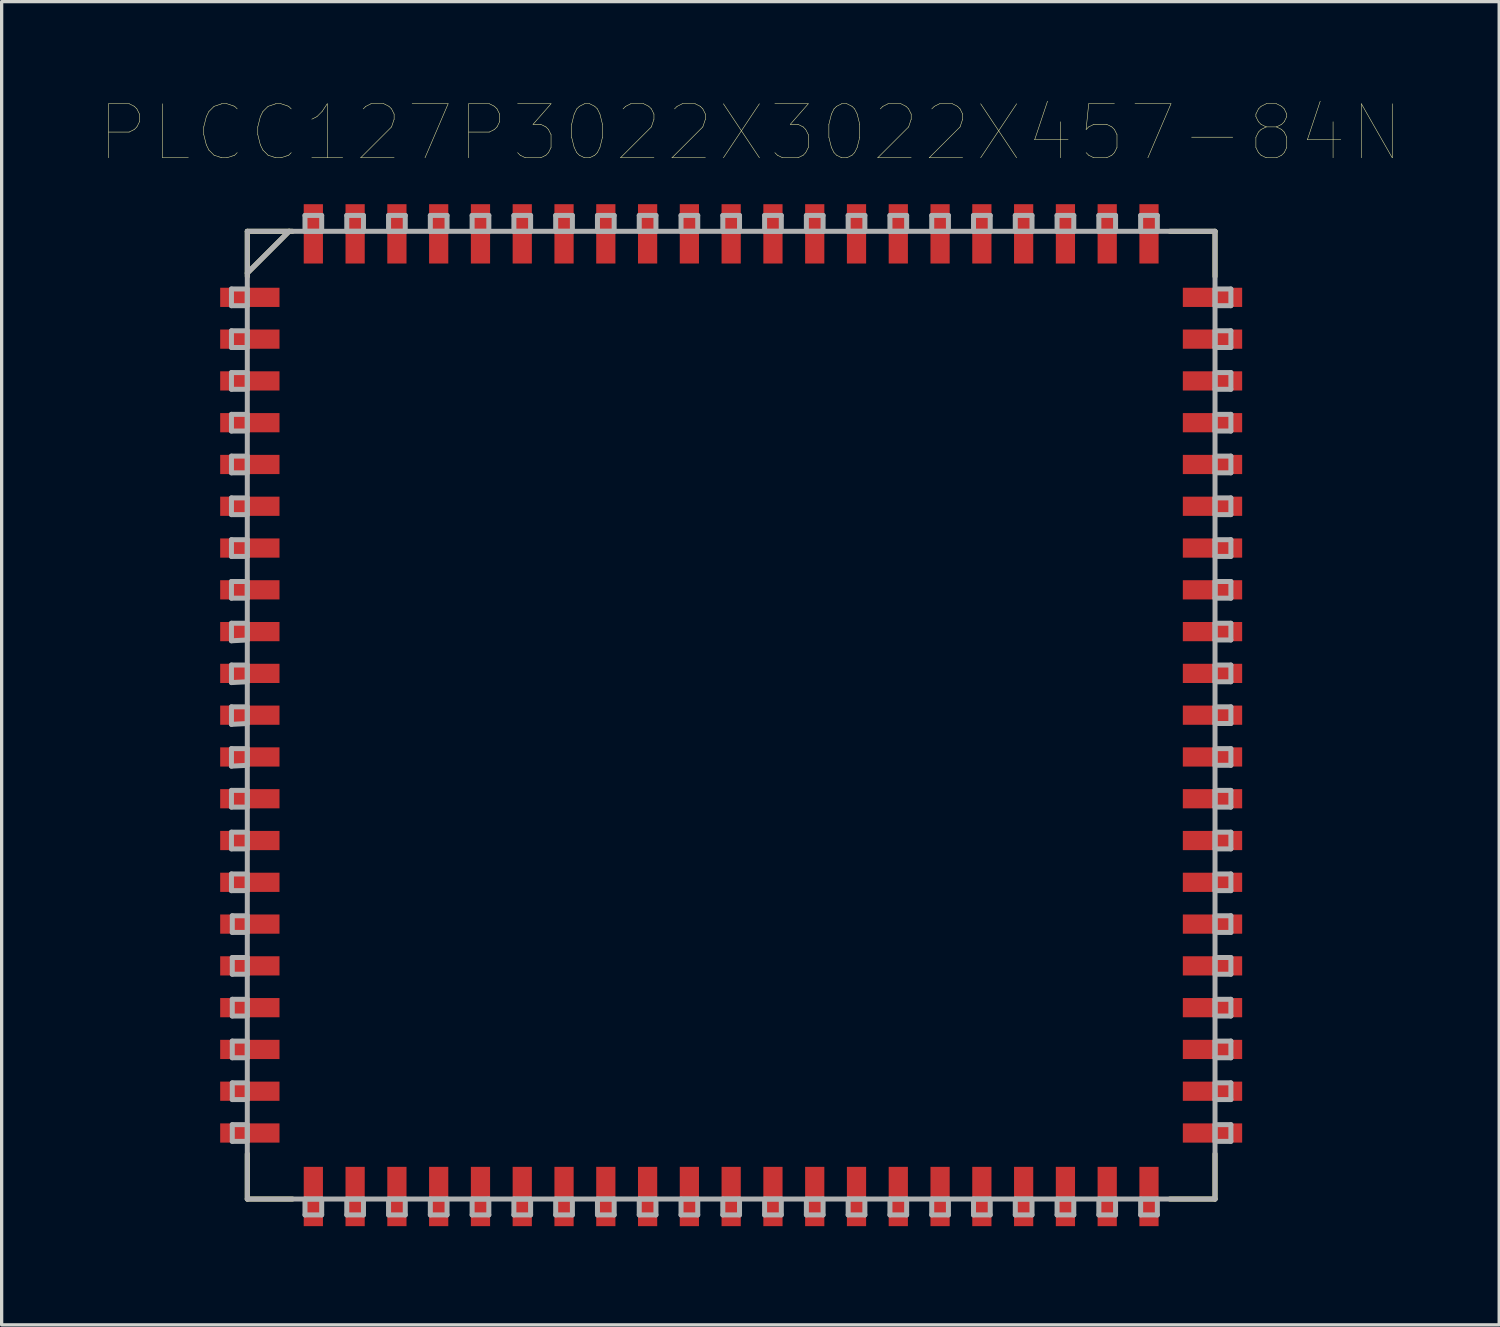
<source format=kicad_pcb>
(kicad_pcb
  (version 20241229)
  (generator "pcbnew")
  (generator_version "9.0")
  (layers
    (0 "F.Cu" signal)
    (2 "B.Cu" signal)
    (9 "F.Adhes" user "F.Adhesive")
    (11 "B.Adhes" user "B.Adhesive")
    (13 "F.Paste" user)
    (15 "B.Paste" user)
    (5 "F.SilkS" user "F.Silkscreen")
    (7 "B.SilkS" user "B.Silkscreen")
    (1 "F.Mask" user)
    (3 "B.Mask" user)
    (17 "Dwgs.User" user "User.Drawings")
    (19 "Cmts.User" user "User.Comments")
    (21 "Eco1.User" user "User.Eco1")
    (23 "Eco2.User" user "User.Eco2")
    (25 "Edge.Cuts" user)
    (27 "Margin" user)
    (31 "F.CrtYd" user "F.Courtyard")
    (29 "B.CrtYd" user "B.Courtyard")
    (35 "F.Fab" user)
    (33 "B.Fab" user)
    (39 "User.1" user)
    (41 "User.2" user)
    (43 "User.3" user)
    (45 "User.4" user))
  (footprint "PLCC127P3022X3022X457-84N"
    (layer "F.Cu")
    (at 19.174 18.688)
    (property "Reference" "PLCC127P3022X3022X457-84N" (at 0.585 -17.701 0) (layer "F.SilkS") (effects (font (size 1.642 1.642) (thickness 0.015))))
    (attr through_hole)
    (fp_line (start -14.707 -14.707) (end -14.707 -13.335) (stroke (width 0.152) (type solid)) (layer "F.SilkS"))
    (fp_line (start -14.707 -13.437) (end -13.437 -14.707) (stroke (width 0.152) (type solid)) (layer "F.SilkS"))
    (fp_line (start -14.707 13.335) (end -14.707 14.707) (stroke (width 0.152) (type solid)) (layer "F.SilkS"))
    (fp_line (start -14.707 14.707) (end -13.335 14.707) (stroke (width 0.152) (type solid)) (layer "F.SilkS"))
    (fp_line (start -13.437 -14.707) (end -14.707 -14.707) (stroke (width 0.152) (type solid)) (layer "F.SilkS"))
    (fp_line (start -13.335 -14.707) (end -13.437 -14.707) (stroke (width 0.152) (type solid)) (layer "F.SilkS"))
    (fp_line (start 13.335 14.707) (end 14.707 14.707) (stroke (width 0.152) (type solid)) (layer "F.SilkS"))
    (fp_line (start 14.707 -14.707) (end 13.335 -14.707) (stroke (width 0.152) (type solid)) (layer "F.SilkS"))
    (fp_line (start 14.707 -13.335) (end 14.707 -14.707) (stroke (width 0.152) (type solid)) (layer "F.SilkS"))
    (fp_line (start 14.707 14.707) (end 14.707 13.335) (stroke (width 0.152) (type solid)) (layer "F.SilkS"))
    (fp_line (start -15.189 -12.954) (end -15.189 -12.446) (stroke (width 0.152) (type solid)) (layer "F.Fab"))
    (fp_line (start -15.189 -12.446) (end -14.707 -12.446) (stroke (width 0.152) (type solid)) (layer "F.Fab"))
    (fp_line (start -15.189 -11.684) (end -15.189 -11.176) (stroke (width 0.152) (type solid)) (layer "F.Fab"))
    (fp_line (start -15.189 -11.176) (end -14.707 -11.176) (stroke (width 0.152) (type solid)) (layer "F.Fab"))
    (fp_line (start -15.189 -10.414) (end -15.189 -9.906) (stroke (width 0.152) (type solid)) (layer "F.Fab"))
    (fp_line (start -15.189 -9.906) (end -14.707 -9.906) (stroke (width 0.152) (type solid)) (layer "F.Fab"))
    (fp_line (start -15.189 -9.144) (end -15.189 -8.636) (stroke (width 0.152) (type solid)) (layer "F.Fab"))
    (fp_line (start -15.189 -8.636) (end -14.707 -8.636) (stroke (width 0.152) (type solid)) (layer "F.Fab"))
    (fp_line (start -15.189 -7.874) (end -15.189 -7.366) (stroke (width 0.152) (type solid)) (layer "F.Fab"))
    (fp_line (start -15.189 -7.366) (end -14.707 -7.366) (stroke (width 0.152) (type solid)) (layer "F.Fab"))
    (fp_line (start -15.189 -6.604) (end -15.189 -6.096) (stroke (width 0.152) (type solid)) (layer "F.Fab"))
    (fp_line (start -15.189 -6.096) (end -14.707 -6.096) (stroke (width 0.152) (type solid)) (layer "F.Fab"))
    (fp_line (start -15.189 -5.334) (end -15.189 -4.826) (stroke (width 0.152) (type solid)) (layer "F.Fab"))
    (fp_line (start -15.189 -4.826) (end -14.707 -4.826) (stroke (width 0.152) (type solid)) (layer "F.Fab"))
    (fp_line (start -15.189 -4.064) (end -15.189 -3.556) (stroke (width 0.152) (type solid)) (layer "F.Fab"))
    (fp_line (start -15.189 -3.556) (end -14.707 -3.556) (stroke (width 0.152) (type solid)) (layer "F.Fab"))
    (fp_line (start -15.189 -2.794) (end -15.189 -2.261) (stroke (width 0.152) (type solid)) (layer "F.Fab"))
    (fp_line (start -15.189 -2.261) (end -14.707 -2.286) (stroke (width 0.152) (type solid)) (layer "F.Fab"))
    (fp_line (start -15.189 -1.524) (end -15.189 -0.991) (stroke (width 0.152) (type solid)) (layer "F.Fab"))
    (fp_line (start -15.189 -0.991) (end -14.707 -1.016) (stroke (width 0.152) (type solid)) (layer "F.Fab"))
    (fp_line (start -15.189 -0.254) (end -15.189 0.279) (stroke (width 0.152) (type solid)) (layer "F.Fab"))
    (fp_line (start -15.189 0.279) (end -14.707 0.254) (stroke (width 0.152) (type solid)) (layer "F.Fab"))
    (fp_line (start -15.189 1.016) (end -15.189 1.549) (stroke (width 0.152) (type solid)) (layer "F.Fab"))
    (fp_line (start -15.189 1.549) (end -14.707 1.524) (stroke (width 0.152) (type solid)) (layer "F.Fab"))
    (fp_line (start -15.189 2.286) (end -15.189 2.794) (stroke (width 0.152) (type solid)) (layer "F.Fab"))
    (fp_line (start -15.189 2.794) (end -14.707 2.794) (stroke (width 0.152) (type solid)) (layer "F.Fab"))
    (fp_line (start -15.189 3.556) (end -15.189 4.064) (stroke (width 0.152) (type solid)) (layer "F.Fab"))
    (fp_line (start -15.189 4.064) (end -14.707 4.064) (stroke (width 0.152) (type solid)) (layer "F.Fab"))
    (fp_line (start -15.189 4.826) (end -15.189 5.334) (stroke (width 0.152) (type solid)) (layer "F.Fab"))
    (fp_line (start -15.189 5.334) (end -14.707 5.334) (stroke (width 0.152) (type solid)) (layer "F.Fab"))
    (fp_line (start -15.164 6.096) (end -15.164 6.604) (stroke (width 0.152) (type solid)) (layer "F.Fab"))
    (fp_line (start -15.164 6.604) (end -14.707 6.604) (stroke (width 0.152) (type solid)) (layer "F.Fab"))
    (fp_line (start -15.164 7.366) (end -15.164 7.874) (stroke (width 0.152) (type solid)) (layer "F.Fab"))
    (fp_line (start -15.164 7.874) (end -14.707 7.874) (stroke (width 0.152) (type solid)) (layer "F.Fab"))
    (fp_line (start -15.164 8.636) (end -15.164 9.144) (stroke (width 0.152) (type solid)) (layer "F.Fab"))
    (fp_line (start -15.164 9.144) (end -14.707 9.144) (stroke (width 0.152) (type solid)) (layer "F.Fab"))
    (fp_line (start -15.164 9.906) (end -15.164 10.414) (stroke (width 0.152) (type solid)) (layer "F.Fab"))
    (fp_line (start -15.164 10.414) (end -14.707 10.414) (stroke (width 0.152) (type solid)) (layer "F.Fab"))
    (fp_line (start -15.164 11.176) (end -15.164 11.684) (stroke (width 0.152) (type solid)) (layer "F.Fab"))
    (fp_line (start -15.164 11.684) (end -14.707 11.684) (stroke (width 0.152) (type solid)) (layer "F.Fab"))
    (fp_line (start -15.164 12.446) (end -15.164 12.954) (stroke (width 0.152) (type solid)) (layer "F.Fab"))
    (fp_line (start -15.164 12.954) (end -14.707 12.954) (stroke (width 0.152) (type solid)) (layer "F.Fab"))
    (fp_line (start -14.707 -14.707) (end -14.707 14.707) (stroke (width 0.152) (type solid)) (layer "F.Fab"))
    (fp_line (start -14.707 -13.437) (end -13.437 -14.707) (stroke (width 0.152) (type solid)) (layer "F.Fab"))
    (fp_line (start -14.707 -12.954) (end -15.189 -12.954) (stroke (width 0.152) (type solid)) (layer "F.Fab"))
    (fp_line (start -14.707 -12.446) (end -14.707 -12.954) (stroke (width 0.152) (type solid)) (layer "F.Fab"))
    (fp_line (start -14.707 -11.684) (end -15.189 -11.684) (stroke (width 0.152) (type solid)) (layer "F.Fab"))
    (fp_line (start -14.707 -11.176) (end -14.707 -11.684) (stroke (width 0.152) (type solid)) (layer "F.Fab"))
    (fp_line (start -14.707 -10.414) (end -15.189 -10.414) (stroke (width 0.152) (type solid)) (layer "F.Fab"))
    (fp_line (start -14.707 -9.906) (end -14.707 -10.414) (stroke (width 0.152) (type solid)) (layer "F.Fab"))
    (fp_line (start -14.707 -9.144) (end -15.189 -9.144) (stroke (width 0.152) (type solid)) (layer "F.Fab"))
    (fp_line (start -14.707 -8.636) (end -14.707 -9.144) (stroke (width 0.152) (type solid)) (layer "F.Fab"))
    (fp_line (start -14.707 -7.874) (end -15.189 -7.874) (stroke (width 0.152) (type solid)) (layer "F.Fab"))
    (fp_line (start -14.707 -7.366) (end -14.707 -7.874) (stroke (width 0.152) (type solid)) (layer "F.Fab"))
    (fp_line (start -14.707 -6.604) (end -15.189 -6.604) (stroke (width 0.152) (type solid)) (layer "F.Fab"))
    (fp_line (start -14.707 -6.096) (end -14.707 -6.604) (stroke (width 0.152) (type solid)) (layer "F.Fab"))
    (fp_line (start -14.707 -5.334) (end -15.189 -5.334) (stroke (width 0.152) (type solid)) (layer "F.Fab"))
    (fp_line (start -14.707 -4.826) (end -14.707 -5.334) (stroke (width 0.152) (type solid)) (layer "F.Fab"))
    (fp_line (start -14.707 -4.064) (end -15.189 -4.064) (stroke (width 0.152) (type solid)) (layer "F.Fab"))
    (fp_line (start -14.707 -3.556) (end -14.707 -4.064) (stroke (width 0.152) (type solid)) (layer "F.Fab"))
    (fp_line (start -14.707 -2.794) (end -15.189 -2.794) (stroke (width 0.152) (type solid)) (layer "F.Fab"))
    (fp_line (start -14.707 -2.286) (end -14.707 -2.794) (stroke (width 0.152) (type solid)) (layer "F.Fab"))
    (fp_line (start -14.707 -1.524) (end -15.189 -1.524) (stroke (width 0.152) (type solid)) (layer "F.Fab"))
    (fp_line (start -14.707 -1.016) (end -14.707 -1.524) (stroke (width 0.152) (type solid)) (layer "F.Fab"))
    (fp_line (start -14.707 -0.254) (end -15.189 -0.254) (stroke (width 0.152) (type solid)) (layer "F.Fab"))
    (fp_line (start -14.707 0.254) (end -14.707 -0.254) (stroke (width 0.152) (type solid)) (layer "F.Fab"))
    (fp_line (start -14.707 1.016) (end -15.189 1.016) (stroke (width 0.152) (type solid)) (layer "F.Fab"))
    (fp_line (start -14.707 1.524) (end -14.707 1.016) (stroke (width 0.152) (type solid)) (layer "F.Fab"))
    (fp_line (start -14.707 2.286) (end -15.189 2.286) (stroke (width 0.152) (type solid)) (layer "F.Fab"))
    (fp_line (start -14.707 2.794) (end -14.707 2.286) (stroke (width 0.152) (type solid)) (layer "F.Fab"))
    (fp_line (start -14.707 3.556) (end -15.189 3.556) (stroke (width 0.152) (type solid)) (layer "F.Fab"))
    (fp_line (start -14.707 4.064) (end -14.707 3.556) (stroke (width 0.152) (type solid)) (layer "F.Fab"))
    (fp_line (start -14.707 4.826) (end -15.189 4.826) (stroke (width 0.152) (type solid)) (layer "F.Fab"))
    (fp_line (start -14.707 5.334) (end -14.707 4.826) (stroke (width 0.152) (type solid)) (layer "F.Fab"))
    (fp_line (start -14.707 6.096) (end -15.164 6.096) (stroke (width 0.152) (type solid)) (layer "F.Fab"))
    (fp_line (start -14.707 6.604) (end -14.707 6.096) (stroke (width 0.152) (type solid)) (layer "F.Fab"))
    (fp_line (start -14.707 7.366) (end -15.164 7.366) (stroke (width 0.152) (type solid)) (layer "F.Fab"))
    (fp_line (start -14.707 7.874) (end -14.707 7.366) (stroke (width 0.152) (type solid)) (layer "F.Fab"))
    (fp_line (start -14.707 8.636) (end -15.164 8.636) (stroke (width 0.152) (type solid)) (layer "F.Fab"))
    (fp_line (start -14.707 9.144) (end -14.707 8.636) (stroke (width 0.152) (type solid)) (layer "F.Fab"))
    (fp_line (start -14.707 9.906) (end -15.164 9.906) (stroke (width 0.152) (type solid)) (layer "F.Fab"))
    (fp_line (start -14.707 10.414) (end -14.707 9.906) (stroke (width 0.152) (type solid)) (layer "F.Fab"))
    (fp_line (start -14.707 11.176) (end -15.164 11.176) (stroke (width 0.152) (type solid)) (layer "F.Fab"))
    (fp_line (start -14.707 11.684) (end -14.707 11.176) (stroke (width 0.152) (type solid)) (layer "F.Fab"))
    (fp_line (start -14.707 12.446) (end -15.164 12.446) (stroke (width 0.152) (type solid)) (layer "F.Fab"))
    (fp_line (start -14.707 12.954) (end -14.707 12.446) (stroke (width 0.152) (type solid)) (layer "F.Fab"))
    (fp_line (start -14.707 14.707) (end 14.707 14.707) (stroke (width 0.152) (type solid)) (layer "F.Fab"))
    (fp_line (start -12.954 -15.189) (end -12.954 -14.707) (stroke (width 0.152) (type solid)) (layer "F.Fab"))
    (fp_line (start -12.954 -14.707) (end -12.446 -14.707) (stroke (width 0.152) (type solid)) (layer "F.Fab"))
    (fp_line (start -12.954 14.707) (end -12.954 15.189) (stroke (width 0.152) (type solid)) (layer "F.Fab"))
    (fp_line (start -12.954 15.189) (end -12.446 15.189) (stroke (width 0.152) (type solid)) (layer "F.Fab"))
    (fp_line (start -12.446 -15.189) (end -12.954 -15.189) (stroke (width 0.152) (type solid)) (layer "F.Fab"))
    (fp_line (start -12.446 -14.707) (end -12.446 -15.189) (stroke (width 0.152) (type solid)) (layer "F.Fab"))
    (fp_line (start -12.446 14.707) (end -12.954 14.707) (stroke (width 0.152) (type solid)) (layer "F.Fab"))
    (fp_line (start -12.446 15.189) (end -12.446 14.707) (stroke (width 0.152) (type solid)) (layer "F.Fab"))
    (fp_line (start -11.684 -15.189) (end -11.684 -14.707) (stroke (width 0.152) (type solid)) (layer "F.Fab"))
    (fp_line (start -11.684 -14.707) (end -11.176 -14.707) (stroke (width 0.152) (type solid)) (layer "F.Fab"))
    (fp_line (start -11.684 14.707) (end -11.684 15.189) (stroke (width 0.152) (type solid)) (layer "F.Fab"))
    (fp_line (start -11.684 15.189) (end -11.176 15.189) (stroke (width 0.152) (type solid)) (layer "F.Fab"))
    (fp_line (start -11.176 -15.189) (end -11.684 -15.189) (stroke (width 0.152) (type solid)) (layer "F.Fab"))
    (fp_line (start -11.176 -14.707) (end -11.176 -15.189) (stroke (width 0.152) (type solid)) (layer "F.Fab"))
    (fp_line (start -11.176 14.707) (end -11.684 14.707) (stroke (width 0.152) (type solid)) (layer "F.Fab"))
    (fp_line (start -11.176 15.189) (end -11.176 14.707) (stroke (width 0.152) (type solid)) (layer "F.Fab"))
    (fp_line (start -10.414 -15.189) (end -10.414 -14.707) (stroke (width 0.152) (type solid)) (layer "F.Fab"))
    (fp_line (start -10.414 -14.707) (end -9.906 -14.707) (stroke (width 0.152) (type solid)) (layer "F.Fab"))
    (fp_line (start -10.414 14.707) (end -10.414 15.189) (stroke (width 0.152) (type solid)) (layer "F.Fab"))
    (fp_line (start -10.414 15.189) (end -9.906 15.189) (stroke (width 0.152) (type solid)) (layer "F.Fab"))
    (fp_line (start -9.906 -15.189) (end -10.414 -15.189) (stroke (width 0.152) (type solid)) (layer "F.Fab"))
    (fp_line (start -9.906 -14.707) (end -9.906 -15.189) (stroke (width 0.152) (type solid)) (layer "F.Fab"))
    (fp_line (start -9.906 14.707) (end -10.414 14.707) (stroke (width 0.152) (type solid)) (layer "F.Fab"))
    (fp_line (start -9.906 15.189) (end -9.906 14.707) (stroke (width 0.152) (type solid)) (layer "F.Fab"))
    (fp_line (start -9.144 -15.189) (end -9.144 -14.707) (stroke (width 0.152) (type solid)) (layer "F.Fab"))
    (fp_line (start -9.144 -14.707) (end -8.636 -14.707) (stroke (width 0.152) (type solid)) (layer "F.Fab"))
    (fp_line (start -9.144 14.707) (end -9.144 15.189) (stroke (width 0.152) (type solid)) (layer "F.Fab"))
    (fp_line (start -9.144 15.189) (end -8.636 15.189) (stroke (width 0.152) (type solid)) (layer "F.Fab"))
    (fp_line (start -8.636 -15.189) (end -9.144 -15.189) (stroke (width 0.152) (type solid)) (layer "F.Fab"))
    (fp_line (start -8.636 -14.707) (end -8.636 -15.189) (stroke (width 0.152) (type solid)) (layer "F.Fab"))
    (fp_line (start -8.636 14.707) (end -9.144 14.707) (stroke (width 0.152) (type solid)) (layer "F.Fab"))
    (fp_line (start -8.636 15.189) (end -8.636 14.707) (stroke (width 0.152) (type solid)) (layer "F.Fab"))
    (fp_line (start -7.874 -15.189) (end -7.874 -14.707) (stroke (width 0.152) (type solid)) (layer "F.Fab"))
    (fp_line (start -7.874 -14.707) (end -7.366 -14.707) (stroke (width 0.152) (type solid)) (layer "F.Fab"))
    (fp_line (start -7.874 14.707) (end -7.874 15.189) (stroke (width 0.152) (type solid)) (layer "F.Fab"))
    (fp_line (start -7.874 15.189) (end -7.366 15.189) (stroke (width 0.152) (type solid)) (layer "F.Fab"))
    (fp_line (start -7.366 -15.189) (end -7.874 -15.189) (stroke (width 0.152) (type solid)) (layer "F.Fab"))
    (fp_line (start -7.366 -14.707) (end -7.366 -15.189) (stroke (width 0.152) (type solid)) (layer "F.Fab"))
    (fp_line (start -7.366 14.707) (end -7.874 14.707) (stroke (width 0.152) (type solid)) (layer "F.Fab"))
    (fp_line (start -7.366 15.189) (end -7.366 14.707) (stroke (width 0.152) (type solid)) (layer "F.Fab"))
    (fp_line (start -6.604 -15.189) (end -6.604 -14.707) (stroke (width 0.152) (type solid)) (layer "F.Fab"))
    (fp_line (start -6.604 -14.707) (end -6.096 -14.707) (stroke (width 0.152) (type solid)) (layer "F.Fab"))
    (fp_line (start -6.604 14.707) (end -6.604 15.189) (stroke (width 0.152) (type solid)) (layer "F.Fab"))
    (fp_line (start -6.604 15.189) (end -6.096 15.189) (stroke (width 0.152) (type solid)) (layer "F.Fab"))
    (fp_line (start -6.096 -15.189) (end -6.604 -15.189) (stroke (width 0.152) (type solid)) (layer "F.Fab"))
    (fp_line (start -6.096 -14.707) (end -6.096 -15.189) (stroke (width 0.152) (type solid)) (layer "F.Fab"))
    (fp_line (start -6.096 14.707) (end -6.604 14.707) (stroke (width 0.152) (type solid)) (layer "F.Fab"))
    (fp_line (start -6.096 15.189) (end -6.096 14.707) (stroke (width 0.152) (type solid)) (layer "F.Fab"))
    (fp_line (start -5.334 -15.189) (end -5.334 -14.707) (stroke (width 0.152) (type solid)) (layer "F.Fab"))
    (fp_line (start -5.334 -14.707) (end -4.826 -14.707) (stroke (width 0.152) (type solid)) (layer "F.Fab"))
    (fp_line (start -5.334 14.707) (end -5.334 15.189) (stroke (width 0.152) (type solid)) (layer "F.Fab"))
    (fp_line (start -5.334 15.189) (end -4.826 15.189) (stroke (width 0.152) (type solid)) (layer "F.Fab"))
    (fp_line (start -4.826 -15.189) (end -5.334 -15.189) (stroke (width 0.152) (type solid)) (layer "F.Fab"))
    (fp_line (start -4.826 -14.707) (end -4.826 -15.189) (stroke (width 0.152) (type solid)) (layer "F.Fab"))
    (fp_line (start -4.826 14.707) (end -5.334 14.707) (stroke (width 0.152) (type solid)) (layer "F.Fab"))
    (fp_line (start -4.826 15.189) (end -4.826 14.707) (stroke (width 0.152) (type solid)) (layer "F.Fab"))
    (fp_line (start -4.064 -15.189) (end -4.064 -14.707) (stroke (width 0.152) (type solid)) (layer "F.Fab"))
    (fp_line (start -4.064 -14.707) (end -3.556 -14.707) (stroke (width 0.152) (type solid)) (layer "F.Fab"))
    (fp_line (start -4.064 14.707) (end -4.064 15.189) (stroke (width 0.152) (type solid)) (layer "F.Fab"))
    (fp_line (start -4.064 15.189) (end -3.556 15.189) (stroke (width 0.152) (type solid)) (layer "F.Fab"))
    (fp_line (start -3.556 -15.189) (end -4.064 -15.189) (stroke (width 0.152) (type solid)) (layer "F.Fab"))
    (fp_line (start -3.556 -14.707) (end -3.556 -15.189) (stroke (width 0.152) (type solid)) (layer "F.Fab"))
    (fp_line (start -3.556 14.707) (end -4.064 14.707) (stroke (width 0.152) (type solid)) (layer "F.Fab"))
    (fp_line (start -3.556 15.189) (end -3.556 14.707) (stroke (width 0.152) (type solid)) (layer "F.Fab"))
    (fp_line (start -2.794 -15.189) (end -2.794 -14.707) (stroke (width 0.152) (type solid)) (layer "F.Fab"))
    (fp_line (start -2.794 -14.707) (end -2.286 -14.707) (stroke (width 0.152) (type solid)) (layer "F.Fab"))
    (fp_line (start -2.794 14.707) (end -2.794 15.189) (stroke (width 0.152) (type solid)) (layer "F.Fab"))
    (fp_line (start -2.794 15.189) (end -2.286 15.189) (stroke (width 0.152) (type solid)) (layer "F.Fab"))
    (fp_line (start -2.286 -15.189) (end -2.794 -15.189) (stroke (width 0.152) (type solid)) (layer "F.Fab"))
    (fp_line (start -2.286 -14.707) (end -2.286 -15.189) (stroke (width 0.152) (type solid)) (layer "F.Fab"))
    (fp_line (start -2.286 14.707) (end -2.794 14.707) (stroke (width 0.152) (type solid)) (layer "F.Fab"))
    (fp_line (start -2.286 15.189) (end -2.286 14.707) (stroke (width 0.152) (type solid)) (layer "F.Fab"))
    (fp_line (start -1.524 -15.189) (end -1.524 -14.707) (stroke (width 0.152) (type solid)) (layer "F.Fab"))
    (fp_line (start -1.524 -14.707) (end -1.016 -14.707) (stroke (width 0.152) (type solid)) (layer "F.Fab"))
    (fp_line (start -1.524 14.707) (end -1.524 15.189) (stroke (width 0.152) (type solid)) (layer "F.Fab"))
    (fp_line (start -1.524 15.189) (end -1.016 15.189) (stroke (width 0.152) (type solid)) (layer "F.Fab"))
    (fp_line (start -1.016 -15.189) (end -1.524 -15.189) (stroke (width 0.152) (type solid)) (layer "F.Fab"))
    (fp_line (start -1.016 -14.707) (end -1.016 -15.189) (stroke (width 0.152) (type solid)) (layer "F.Fab"))
    (fp_line (start -1.016 14.707) (end -1.524 14.707) (stroke (width 0.152) (type solid)) (layer "F.Fab"))
    (fp_line (start -1.016 15.189) (end -1.016 14.707) (stroke (width 0.152) (type solid)) (layer "F.Fab"))
    (fp_line (start -0.254 -15.189) (end -0.254 -14.707) (stroke (width 0.152) (type solid)) (layer "F.Fab"))
    (fp_line (start -0.254 -14.707) (end 0.254 -14.707) (stroke (width 0.152) (type solid)) (layer "F.Fab"))
    (fp_line (start -0.254 14.707) (end -0.254 15.189) (stroke (width 0.152) (type solid)) (layer "F.Fab"))
    (fp_line (start -0.254 15.189) (end 0.254 15.189) (stroke (width 0.152) (type solid)) (layer "F.Fab"))
    (fp_line (start 0.254 -15.189) (end -0.254 -15.189) (stroke (width 0.152) (type solid)) (layer "F.Fab"))
    (fp_line (start 0.254 -14.707) (end 0.254 -15.189) (stroke (width 0.152) (type solid)) (layer "F.Fab"))
    (fp_line (start 0.254 14.707) (end -0.254 14.707) (stroke (width 0.152) (type solid)) (layer "F.Fab"))
    (fp_line (start 0.254 15.189) (end 0.254 14.707) (stroke (width 0.152) (type solid)) (layer "F.Fab"))
    (fp_line (start 1.016 -15.189) (end 1.016 -14.707) (stroke (width 0.152) (type solid)) (layer "F.Fab"))
    (fp_line (start 1.016 -14.707) (end 1.524 -14.707) (stroke (width 0.152) (type solid)) (layer "F.Fab"))
    (fp_line (start 1.016 14.707) (end 1.016 15.189) (stroke (width 0.152) (type solid)) (layer "F.Fab"))
    (fp_line (start 1.016 15.189) (end 1.524 15.189) (stroke (width 0.152) (type solid)) (layer "F.Fab"))
    (fp_line (start 1.524 -15.189) (end 1.016 -15.189) (stroke (width 0.152) (type solid)) (layer "F.Fab"))
    (fp_line (start 1.524 -14.707) (end 1.524 -15.189) (stroke (width 0.152) (type solid)) (layer "F.Fab"))
    (fp_line (start 1.524 14.707) (end 1.016 14.707) (stroke (width 0.152) (type solid)) (layer "F.Fab"))
    (fp_line (start 1.524 15.189) (end 1.524 14.707) (stroke (width 0.152) (type solid)) (layer "F.Fab"))
    (fp_line (start 2.286 -15.189) (end 2.286 -14.707) (stroke (width 0.152) (type solid)) (layer "F.Fab"))
    (fp_line (start 2.286 -14.707) (end 2.794 -14.707) (stroke (width 0.152) (type solid)) (layer "F.Fab"))
    (fp_line (start 2.286 14.707) (end 2.286 15.189) (stroke (width 0.152) (type solid)) (layer "F.Fab"))
    (fp_line (start 2.286 15.189) (end 2.794 15.189) (stroke (width 0.152) (type solid)) (layer "F.Fab"))
    (fp_line (start 2.794 -15.189) (end 2.286 -15.189) (stroke (width 0.152) (type solid)) (layer "F.Fab"))
    (fp_line (start 2.794 -14.707) (end 2.794 -15.189) (stroke (width 0.152) (type solid)) (layer "F.Fab"))
    (fp_line (start 2.794 14.707) (end 2.286 14.707) (stroke (width 0.152) (type solid)) (layer "F.Fab"))
    (fp_line (start 2.794 15.189) (end 2.794 14.707) (stroke (width 0.152) (type solid)) (layer "F.Fab"))
    (fp_line (start 3.556 -15.189) (end 3.556 -14.707) (stroke (width 0.152) (type solid)) (layer "F.Fab"))
    (fp_line (start 3.556 -14.707) (end 4.064 -14.707) (stroke (width 0.152) (type solid)) (layer "F.Fab"))
    (fp_line (start 3.556 14.707) (end 3.556 15.189) (stroke (width 0.152) (type solid)) (layer "F.Fab"))
    (fp_line (start 3.556 15.189) (end 4.064 15.189) (stroke (width 0.152) (type solid)) (layer "F.Fab"))
    (fp_line (start 4.064 -15.189) (end 3.556 -15.189) (stroke (width 0.152) (type solid)) (layer "F.Fab"))
    (fp_line (start 4.064 -14.707) (end 4.064 -15.189) (stroke (width 0.152) (type solid)) (layer "F.Fab"))
    (fp_line (start 4.064 14.707) (end 3.556 14.707) (stroke (width 0.152) (type solid)) (layer "F.Fab"))
    (fp_line (start 4.064 15.189) (end 4.064 14.707) (stroke (width 0.152) (type solid)) (layer "F.Fab"))
    (fp_line (start 4.826 -15.189) (end 4.826 -14.707) (stroke (width 0.152) (type solid)) (layer "F.Fab"))
    (fp_line (start 4.826 -14.707) (end 5.334 -14.707) (stroke (width 0.152) (type solid)) (layer "F.Fab"))
    (fp_line (start 4.826 14.707) (end 4.826 15.189) (stroke (width 0.152) (type solid)) (layer "F.Fab"))
    (fp_line (start 4.826 15.189) (end 5.334 15.189) (stroke (width 0.152) (type solid)) (layer "F.Fab"))
    (fp_line (start 5.334 -15.189) (end 4.826 -15.189) (stroke (width 0.152) (type solid)) (layer "F.Fab"))
    (fp_line (start 5.334 -14.707) (end 5.334 -15.189) (stroke (width 0.152) (type solid)) (layer "F.Fab"))
    (fp_line (start 5.334 14.707) (end 4.826 14.707) (stroke (width 0.152) (type solid)) (layer "F.Fab"))
    (fp_line (start 5.334 15.189) (end 5.334 14.707) (stroke (width 0.152) (type solid)) (layer "F.Fab"))
    (fp_line (start 6.096 -15.189) (end 6.096 -14.707) (stroke (width 0.152) (type solid)) (layer "F.Fab"))
    (fp_line (start 6.096 -14.707) (end 6.604 -14.707) (stroke (width 0.152) (type solid)) (layer "F.Fab"))
    (fp_line (start 6.096 14.707) (end 6.096 15.189) (stroke (width 0.152) (type solid)) (layer "F.Fab"))
    (fp_line (start 6.096 15.189) (end 6.604 15.189) (stroke (width 0.152) (type solid)) (layer "F.Fab"))
    (fp_line (start 6.604 -15.189) (end 6.096 -15.189) (stroke (width 0.152) (type solid)) (layer "F.Fab"))
    (fp_line (start 6.604 -14.707) (end 6.604 -15.189) (stroke (width 0.152) (type solid)) (layer "F.Fab"))
    (fp_line (start 6.604 14.707) (end 6.096 14.707) (stroke (width 0.152) (type solid)) (layer "F.Fab"))
    (fp_line (start 6.604 15.189) (end 6.604 14.707) (stroke (width 0.152) (type solid)) (layer "F.Fab"))
    (fp_line (start 7.366 -15.189) (end 7.366 -14.707) (stroke (width 0.152) (type solid)) (layer "F.Fab"))
    (fp_line (start 7.366 -14.707) (end 7.874 -14.707) (stroke (width 0.152) (type solid)) (layer "F.Fab"))
    (fp_line (start 7.366 14.707) (end 7.366 15.189) (stroke (width 0.152) (type solid)) (layer "F.Fab"))
    (fp_line (start 7.366 15.189) (end 7.874 15.189) (stroke (width 0.152) (type solid)) (layer "F.Fab"))
    (fp_line (start 7.874 -15.189) (end 7.366 -15.189) (stroke (width 0.152) (type solid)) (layer "F.Fab"))
    (fp_line (start 7.874 -14.707) (end 7.874 -15.189) (stroke (width 0.152) (type solid)) (layer "F.Fab"))
    (fp_line (start 7.874 14.707) (end 7.366 14.707) (stroke (width 0.152) (type solid)) (layer "F.Fab"))
    (fp_line (start 7.874 15.189) (end 7.874 14.707) (stroke (width 0.152) (type solid)) (layer "F.Fab"))
    (fp_line (start 8.636 -15.189) (end 8.636 -14.707) (stroke (width 0.152) (type solid)) (layer "F.Fab"))
    (fp_line (start 8.636 -14.707) (end 9.144 -14.707) (stroke (width 0.152) (type solid)) (layer "F.Fab"))
    (fp_line (start 8.636 14.707) (end 8.636 15.189) (stroke (width 0.152) (type solid)) (layer "F.Fab"))
    (fp_line (start 8.636 15.189) (end 9.144 15.189) (stroke (width 0.152) (type solid)) (layer "F.Fab"))
    (fp_line (start 9.144 -15.189) (end 8.636 -15.189) (stroke (width 0.152) (type solid)) (layer "F.Fab"))
    (fp_line (start 9.144 -14.707) (end 9.144 -15.189) (stroke (width 0.152) (type solid)) (layer "F.Fab"))
    (fp_line (start 9.144 14.707) (end 8.636 14.707) (stroke (width 0.152) (type solid)) (layer "F.Fab"))
    (fp_line (start 9.144 15.189) (end 9.144 14.707) (stroke (width 0.152) (type solid)) (layer "F.Fab"))
    (fp_line (start 9.906 -15.189) (end 9.906 -14.707) (stroke (width 0.152) (type solid)) (layer "F.Fab"))
    (fp_line (start 9.906 -14.707) (end 10.414 -14.707) (stroke (width 0.152) (type solid)) (layer "F.Fab"))
    (fp_line (start 9.906 14.707) (end 9.906 15.189) (stroke (width 0.152) (type solid)) (layer "F.Fab"))
    (fp_line (start 9.906 15.189) (end 10.414 15.189) (stroke (width 0.152) (type solid)) (layer "F.Fab"))
    (fp_line (start 10.414 -15.189) (end 9.906 -15.189) (stroke (width 0.152) (type solid)) (layer "F.Fab"))
    (fp_line (start 10.414 -14.707) (end 10.414 -15.189) (stroke (width 0.152) (type solid)) (layer "F.Fab"))
    (fp_line (start 10.414 14.707) (end 9.906 14.707) (stroke (width 0.152) (type solid)) (layer "F.Fab"))
    (fp_line (start 10.414 15.189) (end 10.414 14.707) (stroke (width 0.152) (type solid)) (layer "F.Fab"))
    (fp_line (start 11.176 -15.189) (end 11.176 -14.707) (stroke (width 0.152) (type solid)) (layer "F.Fab"))
    (fp_line (start 11.176 -14.707) (end 11.684 -14.707) (stroke (width 0.152) (type solid)) (layer "F.Fab"))
    (fp_line (start 11.176 14.707) (end 11.176 15.189) (stroke (width 0.152) (type solid)) (layer "F.Fab"))
    (fp_line (start 11.176 15.189) (end 11.684 15.189) (stroke (width 0.152) (type solid)) (layer "F.Fab"))
    (fp_line (start 11.684 -15.189) (end 11.176 -15.189) (stroke (width 0.152) (type solid)) (layer "F.Fab"))
    (fp_line (start 11.684 -14.707) (end 11.684 -15.189) (stroke (width 0.152) (type solid)) (layer "F.Fab"))
    (fp_line (start 11.684 14.707) (end 11.176 14.707) (stroke (width 0.152) (type solid)) (layer "F.Fab"))
    (fp_line (start 11.684 15.189) (end 11.684 14.707) (stroke (width 0.152) (type solid)) (layer "F.Fab"))
    (fp_line (start 12.446 -15.189) (end 12.446 -14.707) (stroke (width 0.152) (type solid)) (layer "F.Fab"))
    (fp_line (start 12.446 -14.707) (end 12.954 -14.707) (stroke (width 0.152) (type solid)) (layer "F.Fab"))
    (fp_line (start 12.446 14.707) (end 12.446 15.189) (stroke (width 0.152) (type solid)) (layer "F.Fab"))
    (fp_line (start 12.446 15.189) (end 12.954 15.189) (stroke (width 0.152) (type solid)) (layer "F.Fab"))
    (fp_line (start 12.954 -15.189) (end 12.446 -15.189) (stroke (width 0.152) (type solid)) (layer "F.Fab"))
    (fp_line (start 12.954 -14.707) (end 12.954 -15.189) (stroke (width 0.152) (type solid)) (layer "F.Fab"))
    (fp_line (start 12.954 14.707) (end 12.446 14.707) (stroke (width 0.152) (type solid)) (layer "F.Fab"))
    (fp_line (start 12.954 15.189) (end 12.954 14.707) (stroke (width 0.152) (type solid)) (layer "F.Fab"))
    (fp_line (start 14.707 -14.707) (end -14.707 -14.707) (stroke (width 0.152) (type solid)) (layer "F.Fab"))
    (fp_line (start 14.707 -12.954) (end 14.707 -12.446) (stroke (width 0.152) (type solid)) (layer "F.Fab"))
    (fp_line (start 14.707 -12.446) (end 15.189 -12.446) (stroke (width 0.152) (type solid)) (layer "F.Fab"))
    (fp_line (start 14.707 -11.684) (end 14.707 -11.176) (stroke (width 0.152) (type solid)) (layer "F.Fab"))
    (fp_line (start 14.707 -11.176) (end 15.189 -11.176) (stroke (width 0.152) (type solid)) (layer "F.Fab"))
    (fp_line (start 14.707 -10.414) (end 14.707 -9.906) (stroke (width 0.152) (type solid)) (layer "F.Fab"))
    (fp_line (start 14.707 -9.906) (end 15.189 -9.906) (stroke (width 0.152) (type solid)) (layer "F.Fab"))
    (fp_line (start 14.707 -9.144) (end 14.707 -8.636) (stroke (width 0.152) (type solid)) (layer "F.Fab"))
    (fp_line (start 14.707 -8.636) (end 15.189 -8.636) (stroke (width 0.152) (type solid)) (layer "F.Fab"))
    (fp_line (start 14.707 -7.874) (end 14.707 -7.366) (stroke (width 0.152) (type solid)) (layer "F.Fab"))
    (fp_line (start 14.707 -7.366) (end 15.189 -7.366) (stroke (width 0.152) (type solid)) (layer "F.Fab"))
    (fp_line (start 14.707 -6.604) (end 14.707 -6.096) (stroke (width 0.152) (type solid)) (layer "F.Fab"))
    (fp_line (start 14.707 -6.096) (end 15.189 -6.096) (stroke (width 0.152) (type solid)) (layer "F.Fab"))
    (fp_line (start 14.707 -5.334) (end 14.707 -4.826) (stroke (width 0.152) (type solid)) (layer "F.Fab"))
    (fp_line (start 14.707 -4.826) (end 15.189 -4.826) (stroke (width 0.152) (type solid)) (layer "F.Fab"))
    (fp_line (start 14.707 -4.064) (end 14.707 -3.556) (stroke (width 0.152) (type solid)) (layer "F.Fab"))
    (fp_line (start 14.707 -3.556) (end 15.189 -3.556) (stroke (width 0.152) (type solid)) (layer "F.Fab"))
    (fp_line (start 14.707 -2.794) (end 14.707 -2.286) (stroke (width 0.152) (type solid)) (layer "F.Fab"))
    (fp_line (start 14.707 -2.286) (end 15.189 -2.286) (stroke (width 0.152) (type solid)) (layer "F.Fab"))
    (fp_line (start 14.707 -1.524) (end 14.707 -1.016) (stroke (width 0.152) (type solid)) (layer "F.Fab"))
    (fp_line (start 14.707 -1.016) (end 15.189 -1.016) (stroke (width 0.152) (type solid)) (layer "F.Fab"))
    (fp_line (start 14.707 -0.254) (end 14.707 0.254) (stroke (width 0.152) (type solid)) (layer "F.Fab"))
    (fp_line (start 14.707 0.254) (end 15.189 0.254) (stroke (width 0.152) (type solid)) (layer "F.Fab"))
    (fp_line (start 14.707 1.016) (end 14.707 1.524) (stroke (width 0.152) (type solid)) (layer "F.Fab"))
    (fp_line (start 14.707 1.524) (end 15.189 1.524) (stroke (width 0.152) (type solid)) (layer "F.Fab"))
    (fp_line (start 14.707 2.286) (end 14.707 2.794) (stroke (width 0.152) (type solid)) (layer "F.Fab"))
    (fp_line (start 14.707 2.794) (end 15.189 2.794) (stroke (width 0.152) (type solid)) (layer "F.Fab"))
    (fp_line (start 14.707 3.556) (end 14.707 4.064) (stroke (width 0.152) (type solid)) (layer "F.Fab"))
    (fp_line (start 14.707 4.064) (end 15.189 4.064) (stroke (width 0.152) (type solid)) (layer "F.Fab"))
    (fp_line (start 14.707 4.826) (end 14.707 5.334) (stroke (width 0.152) (type solid)) (layer "F.Fab"))
    (fp_line (start 14.707 5.334) (end 15.189 5.334) (stroke (width 0.152) (type solid)) (layer "F.Fab"))
    (fp_line (start 14.707 6.096) (end 14.707 6.604) (stroke (width 0.152) (type solid)) (layer "F.Fab"))
    (fp_line (start 14.707 6.604) (end 15.189 6.604) (stroke (width 0.152) (type solid)) (layer "F.Fab"))
    (fp_line (start 14.707 7.366) (end 14.707 7.874) (stroke (width 0.152) (type solid)) (layer "F.Fab"))
    (fp_line (start 14.707 7.874) (end 15.189 7.874) (stroke (width 0.152) (type solid)) (layer "F.Fab"))
    (fp_line (start 14.707 8.636) (end 14.707 9.144) (stroke (width 0.152) (type solid)) (layer "F.Fab"))
    (fp_line (start 14.707 9.144) (end 15.189 9.144) (stroke (width 0.152) (type solid)) (layer "F.Fab"))
    (fp_line (start 14.707 9.906) (end 14.707 10.414) (stroke (width 0.152) (type solid)) (layer "F.Fab"))
    (fp_line (start 14.707 10.414) (end 15.189 10.414) (stroke (width 0.152) (type solid)) (layer "F.Fab"))
    (fp_line (start 14.707 11.176) (end 14.707 11.684) (stroke (width 0.152) (type solid)) (layer "F.Fab"))
    (fp_line (start 14.707 11.684) (end 15.189 11.684) (stroke (width 0.152) (type solid)) (layer "F.Fab"))
    (fp_line (start 14.707 12.446) (end 14.707 12.954) (stroke (width 0.152) (type solid)) (layer "F.Fab"))
    (fp_line (start 14.707 12.954) (end 15.189 12.954) (stroke (width 0.152) (type solid)) (layer "F.Fab"))
    (fp_line (start 14.707 14.707) (end 14.707 -14.707) (stroke (width 0.152) (type solid)) (layer "F.Fab"))
    (fp_line (start 15.189 -12.954) (end 14.707 -12.954) (stroke (width 0.152) (type solid)) (layer "F.Fab"))
    (fp_line (start 15.189 -12.446) (end 15.189 -12.954) (stroke (width 0.152) (type solid)) (layer "F.Fab"))
    (fp_line (start 15.189 -11.684) (end 14.707 -11.684) (stroke (width 0.152) (type solid)) (layer "F.Fab"))
    (fp_line (start 15.189 -11.176) (end 15.189 -11.684) (stroke (width 0.152) (type solid)) (layer "F.Fab"))
    (fp_line (start 15.189 -10.414) (end 14.707 -10.414) (stroke (width 0.152) (type solid)) (layer "F.Fab"))
    (fp_line (start 15.189 -9.906) (end 15.189 -10.414) (stroke (width 0.152) (type solid)) (layer "F.Fab"))
    (fp_line (start 15.189 -9.144) (end 14.707 -9.144) (stroke (width 0.152) (type solid)) (layer "F.Fab"))
    (fp_line (start 15.189 -8.636) (end 15.189 -9.144) (stroke (width 0.152) (type solid)) (layer "F.Fab"))
    (fp_line (start 15.189 -7.874) (end 14.707 -7.874) (stroke (width 0.152) (type solid)) (layer "F.Fab"))
    (fp_line (start 15.189 -7.366) (end 15.189 -7.874) (stroke (width 0.152) (type solid)) (layer "F.Fab"))
    (fp_line (start 15.189 -6.604) (end 14.707 -6.604) (stroke (width 0.152) (type solid)) (layer "F.Fab"))
    (fp_line (start 15.189 -6.096) (end 15.189 -6.604) (stroke (width 0.152) (type solid)) (layer "F.Fab"))
    (fp_line (start 15.189 -5.334) (end 14.707 -5.334) (stroke (width 0.152) (type solid)) (layer "F.Fab"))
    (fp_line (start 15.189 -4.826) (end 15.189 -5.334) (stroke (width 0.152) (type solid)) (layer "F.Fab"))
    (fp_line (start 15.189 -4.064) (end 14.707 -4.064) (stroke (width 0.152) (type solid)) (layer "F.Fab"))
    (fp_line (start 15.189 -3.556) (end 15.189 -4.064) (stroke (width 0.152) (type solid)) (layer "F.Fab"))
    (fp_line (start 15.189 -2.794) (end 14.707 -2.794) (stroke (width 0.152) (type solid)) (layer "F.Fab"))
    (fp_line (start 15.189 -2.286) (end 15.189 -2.794) (stroke (width 0.152) (type solid)) (layer "F.Fab"))
    (fp_line (start 15.189 -1.524) (end 14.707 -1.524) (stroke (width 0.152) (type solid)) (layer "F.Fab"))
    (fp_line (start 15.189 -1.016) (end 15.189 -1.524) (stroke (width 0.152) (type solid)) (layer "F.Fab"))
    (fp_line (start 15.189 -0.254) (end 14.707 -0.254) (stroke (width 0.152) (type solid)) (layer "F.Fab"))
    (fp_line (start 15.189 0.254) (end 15.189 -0.254) (stroke (width 0.152) (type solid)) (layer "F.Fab"))
    (fp_line (start 15.189 1.016) (end 14.707 1.016) (stroke (width 0.152) (type solid)) (layer "F.Fab"))
    (fp_line (start 15.189 1.524) (end 15.189 1.016) (stroke (width 0.152) (type solid)) (layer "F.Fab"))
    (fp_line (start 15.189 2.286) (end 14.707 2.286) (stroke (width 0.152) (type solid)) (layer "F.Fab"))
    (fp_line (start 15.189 2.794) (end 15.189 2.286) (stroke (width 0.152) (type solid)) (layer "F.Fab"))
    (fp_line (start 15.189 3.556) (end 14.707 3.556) (stroke (width 0.152) (type solid)) (layer "F.Fab"))
    (fp_line (start 15.189 4.064) (end 15.189 3.556) (stroke (width 0.152) (type solid)) (layer "F.Fab"))
    (fp_line (start 15.189 4.826) (end 14.707 4.826) (stroke (width 0.152) (type solid)) (layer "F.Fab"))
    (fp_line (start 15.189 5.334) (end 15.189 4.826) (stroke (width 0.152) (type solid)) (layer "F.Fab"))
    (fp_line (start 15.189 6.096) (end 14.707 6.096) (stroke (width 0.152) (type solid)) (layer "F.Fab"))
    (fp_line (start 15.189 6.604) (end 15.189 6.096) (stroke (width 0.152) (type solid)) (layer "F.Fab"))
    (fp_line (start 15.189 7.366) (end 14.707 7.366) (stroke (width 0.152) (type solid)) (layer "F.Fab"))
    (fp_line (start 15.189 7.874) (end 15.189 7.366) (stroke (width 0.152) (type solid)) (layer "F.Fab"))
    (fp_line (start 15.189 8.636) (end 14.707 8.636) (stroke (width 0.152) (type solid)) (layer "F.Fab"))
    (fp_line (start 15.189 9.144) (end 15.189 8.636) (stroke (width 0.152) (type solid)) (layer "F.Fab"))
    (fp_line (start 15.189 9.906) (end 14.707 9.906) (stroke (width 0.152) (type solid)) (layer "F.Fab"))
    (fp_line (start 15.189 10.414) (end 15.189 9.906) (stroke (width 0.152) (type solid)) (layer "F.Fab"))
    (fp_line (start 15.189 11.176) (end 14.707 11.176) (stroke (width 0.152) (type solid)) (layer "F.Fab"))
    (fp_line (start 15.189 11.684) (end 15.189 11.176) (stroke (width 0.152) (type solid)) (layer "F.Fab"))
    (fp_line (start 15.189 12.446) (end 14.707 12.446) (stroke (width 0.152) (type solid)) (layer "F.Fab"))
    (fp_line (start 15.189 12.954) (end 15.189 12.446) (stroke (width 0.152) (type solid)) (layer "F.Fab"))
    (pad "1" smd rect (at -14.63 -12.7) (size 1.803 0.584) (layers "F.Cu" "F.Mask" "F.Paste"))
    (pad "2" smd rect (at -14.63 -11.43) (size 1.803 0.584) (layers "F.Cu" "F.Mask" "F.Paste"))
    (pad "3" smd rect (at -14.63 -10.16) (size 1.803 0.584) (layers "F.Cu" "F.Mask" "F.Paste"))
    (pad "4" smd rect (at -14.63 -8.89) (size 1.803 0.584) (layers "F.Cu" "F.Mask" "F.Paste"))
    (pad "5" smd rect (at -14.63 -7.62) (size 1.803 0.584) (layers "F.Cu" "F.Mask" "F.Paste"))
    (pad "6" smd rect (at -14.63 -6.35) (size 1.803 0.584) (layers "F.Cu" "F.Mask" "F.Paste"))
    (pad "7" smd rect (at -14.63 -5.08) (size 1.803 0.584) (layers "F.Cu" "F.Mask" "F.Paste"))
    (pad "8" smd rect (at -14.63 -3.81) (size 1.803 0.584) (layers "F.Cu" "F.Mask" "F.Paste"))
    (pad "9" smd rect (at -14.63 -2.54) (size 1.803 0.584) (layers "F.Cu" "F.Mask" "F.Paste"))
    (pad "10" smd rect (at -14.63 -1.27) (size 1.803 0.584) (layers "F.Cu" "F.Mask" "F.Paste"))
    (pad "11" smd rect (at -14.63 0) (size 1.803 0.584) (layers "F.Cu" "F.Mask" "F.Paste"))
    (pad "12" smd rect (at -14.63 1.27) (size 1.803 0.584) (layers "F.Cu" "F.Mask" "F.Paste"))
    (pad "13" smd rect (at -14.63 2.54) (size 1.803 0.584) (layers "F.Cu" "F.Mask" "F.Paste"))
    (pad "14" smd rect (at -14.63 3.81) (size 1.803 0.584) (layers "F.Cu" "F.Mask" "F.Paste"))
    (pad "15" smd rect (at -14.63 5.08) (size 1.803 0.584) (layers "F.Cu" "F.Mask" "F.Paste"))
    (pad "16" smd rect (at -14.63 6.35) (size 1.803 0.584) (layers "F.Cu" "F.Mask" "F.Paste"))
    (pad "17" smd rect (at -14.63 7.62) (size 1.803 0.584) (layers "F.Cu" "F.Mask" "F.Paste"))
    (pad "18" smd rect (at -14.63 8.89) (size 1.803 0.584) (layers "F.Cu" "F.Mask" "F.Paste"))
    (pad "19" smd rect (at -14.63 10.16) (size 1.803 0.584) (layers "F.Cu" "F.Mask" "F.Paste"))
    (pad "20" smd rect (at -14.63 11.43) (size 1.803 0.584) (layers "F.Cu" "F.Mask" "F.Paste"))
    (pad "21" smd rect (at -14.63 12.7) (size 1.803 0.584) (layers "F.Cu" "F.Mask" "F.Paste"))
    (pad "22" smd rect (at -12.7 14.63) (size 0.584 1.803) (layers "F.Cu" "F.Mask" "F.Paste"))
    (pad "23" smd rect (at -11.43 14.63) (size 0.584 1.803) (layers "F.Cu" "F.Mask" "F.Paste"))
    (pad "24" smd rect (at -10.16 14.63) (size 0.584 1.803) (layers "F.Cu" "F.Mask" "F.Paste"))
    (pad "25" smd rect (at -8.89 14.63) (size 0.584 1.803) (layers "F.Cu" "F.Mask" "F.Paste"))
    (pad "26" smd rect (at -7.62 14.63) (size 0.584 1.803) (layers "F.Cu" "F.Mask" "F.Paste"))
    (pad "27" smd rect (at -6.35 14.63) (size 0.584 1.803) (layers "F.Cu" "F.Mask" "F.Paste"))
    (pad "28" smd rect (at -5.08 14.63) (size 0.584 1.803) (layers "F.Cu" "F.Mask" "F.Paste"))
    (pad "29" smd rect (at -3.81 14.63) (size 0.584 1.803) (layers "F.Cu" "F.Mask" "F.Paste"))
    (pad "30" smd rect (at -2.54 14.63) (size 0.584 1.803) (layers "F.Cu" "F.Mask" "F.Paste"))
    (pad "31" smd rect (at -1.27 14.63) (size 0.584 1.803) (layers "F.Cu" "F.Mask" "F.Paste"))
    (pad "32" smd rect (at 0 14.63) (size 0.584 1.803) (layers "F.Cu" "F.Mask" "F.Paste"))
    (pad "33" smd rect (at 1.27 14.63) (size 0.584 1.803) (layers "F.Cu" "F.Mask" "F.Paste"))
    (pad "34" smd rect (at 2.54 14.63) (size 0.584 1.803) (layers "F.Cu" "F.Mask" "F.Paste"))
    (pad "35" smd rect (at 3.81 14.63) (size 0.584 1.803) (layers "F.Cu" "F.Mask" "F.Paste"))
    (pad "36" smd rect (at 5.08 14.63) (size 0.584 1.803) (layers "F.Cu" "F.Mask" "F.Paste"))
    (pad "37" smd rect (at 6.35 14.63) (size 0.584 1.803) (layers "F.Cu" "F.Mask" "F.Paste"))
    (pad "38" smd rect (at 7.62 14.63) (size 0.584 1.803) (layers "F.Cu" "F.Mask" "F.Paste"))
    (pad "39" smd rect (at 8.89 14.63) (size 0.584 1.803) (layers "F.Cu" "F.Mask" "F.Paste"))
    (pad "40" smd rect (at 10.16 14.63) (size 0.584 1.803) (layers "F.Cu" "F.Mask" "F.Paste"))
    (pad "41" smd rect (at 11.43 14.63) (size 0.584 1.803) (layers "F.Cu" "F.Mask" "F.Paste"))
    (pad "42" smd rect (at 12.7 14.63) (size 0.584 1.803) (layers "F.Cu" "F.Mask" "F.Paste"))
    (pad "43" smd rect (at 14.63 12.7) (size 1.803 0.584) (layers "F.Cu" "F.Mask" "F.Paste"))
    (pad "44" smd rect (at 14.63 11.43) (size 1.803 0.584) (layers "F.Cu" "F.Mask" "F.Paste"))
    (pad "45" smd rect (at 14.63 10.16) (size 1.803 0.584) (layers "F.Cu" "F.Mask" "F.Paste"))
    (pad "46" smd rect (at 14.63 8.89) (size 1.803 0.584) (layers "F.Cu" "F.Mask" "F.Paste"))
    (pad "47" smd rect (at 14.63 7.62) (size 1.803 0.584) (layers "F.Cu" "F.Mask" "F.Paste"))
    (pad "48" smd rect (at 14.63 6.35) (size 1.803 0.584) (layers "F.Cu" "F.Mask" "F.Paste"))
    (pad "49" smd rect (at 14.63 5.08) (size 1.803 0.584) (layers "F.Cu" "F.Mask" "F.Paste"))
    (pad "50" smd rect (at 14.63 3.81) (size 1.803 0.584) (layers "F.Cu" "F.Mask" "F.Paste"))
    (pad "51" smd rect (at 14.63 2.54) (size 1.803 0.584) (layers "F.Cu" "F.Mask" "F.Paste"))
    (pad "52" smd rect (at 14.63 1.27) (size 1.803 0.584) (layers "F.Cu" "F.Mask" "F.Paste"))
    (pad "53" smd rect (at 14.63 0) (size 1.803 0.584) (layers "F.Cu" "F.Mask" "F.Paste"))
    (pad "54" smd rect (at 14.63 -1.27) (size 1.803 0.584) (layers "F.Cu" "F.Mask" "F.Paste"))
    (pad "55" smd rect (at 14.63 -2.54) (size 1.803 0.584) (layers "F.Cu" "F.Mask" "F.Paste"))
    (pad "56" smd rect (at 14.63 -3.81) (size 1.803 0.584) (layers "F.Cu" "F.Mask" "F.Paste"))
    (pad "57" smd rect (at 14.63 -5.08) (size 1.803 0.584) (layers "F.Cu" "F.Mask" "F.Paste"))
    (pad "58" smd rect (at 14.63 -6.35) (size 1.803 0.584) (layers "F.Cu" "F.Mask" "F.Paste"))
    (pad "59" smd rect (at 14.63 -7.62) (size 1.803 0.584) (layers "F.Cu" "F.Mask" "F.Paste"))
    (pad "60" smd rect (at 14.63 -8.89) (size 1.803 0.584) (layers "F.Cu" "F.Mask" "F.Paste"))
    (pad "61" smd rect (at 14.63 -10.16) (size 1.803 0.584) (layers "F.Cu" "F.Mask" "F.Paste"))
    (pad "62" smd rect (at 14.63 -11.43) (size 1.803 0.584) (layers "F.Cu" "F.Mask" "F.Paste"))
    (pad "63" smd rect (at 14.63 -12.7) (size 1.803 0.584) (layers "F.Cu" "F.Mask" "F.Paste"))
    (pad "64" smd rect (at 12.7 -14.63) (size 0.584 1.803) (layers "F.Cu" "F.Mask" "F.Paste"))
    (pad "65" smd rect (at 11.43 -14.63) (size 0.584 1.803) (layers "F.Cu" "F.Mask" "F.Paste"))
    (pad "66" smd rect (at 10.16 -14.63) (size 0.584 1.803) (layers "F.Cu" "F.Mask" "F.Paste"))
    (pad "67" smd rect (at 8.89 -14.63) (size 0.584 1.803) (layers "F.Cu" "F.Mask" "F.Paste"))
    (pad "68" smd rect (at 7.62 -14.63) (size 0.584 1.803) (layers "F.Cu" "F.Mask" "F.Paste"))
    (pad "69" smd rect (at 6.35 -14.63) (size 0.584 1.803) (layers "F.Cu" "F.Mask" "F.Paste"))
    (pad "70" smd rect (at 5.08 -14.63) (size 0.584 1.803) (layers "F.Cu" "F.Mask" "F.Paste"))
    (pad "71" smd rect (at 3.81 -14.63) (size 0.584 1.803) (layers "F.Cu" "F.Mask" "F.Paste"))
    (pad "72" smd rect (at 2.54 -14.63) (size 0.584 1.803) (layers "F.Cu" "F.Mask" "F.Paste"))
    (pad "73" smd rect (at 1.27 -14.63) (size 0.584 1.803) (layers "F.Cu" "F.Mask" "F.Paste"))
    (pad "74" smd rect (at 0 -14.63) (size 0.584 1.803) (layers "F.Cu" "F.Mask" "F.Paste"))
    (pad "75" smd rect (at -1.27 -14.63) (size 0.584 1.803) (layers "F.Cu" "F.Mask" "F.Paste"))
    (pad "76" smd rect (at -2.54 -14.63) (size 0.584 1.803) (layers "F.Cu" "F.Mask" "F.Paste"))
    (pad "77" smd rect (at -3.81 -14.63) (size 0.584 1.803) (layers "F.Cu" "F.Mask" "F.Paste"))
    (pad "78" smd rect (at -5.08 -14.63) (size 0.584 1.803) (layers "F.Cu" "F.Mask" "F.Paste"))
    (pad "79" smd rect (at -6.35 -14.63) (size 0.584 1.803) (layers "F.Cu" "F.Mask" "F.Paste"))
    (pad "80" smd rect (at -7.62 -14.63) (size 0.584 1.803) (layers "F.Cu" "F.Mask" "F.Paste"))
    (pad "81" smd rect (at -8.89 -14.63) (size 0.584 1.803) (layers "F.Cu" "F.Mask" "F.Paste"))
    (pad "82" smd rect (at -10.16 -14.63) (size 0.584 1.803) (layers "F.Cu" "F.Mask" "F.Paste"))
    (pad "83" smd rect (at -11.43 -14.63) (size 0.584 1.803) (layers "F.Cu" "F.Mask" "F.Paste"))
    (pad "84" smd rect (at -12.7 -14.63) (size 0.584 1.803) (layers "F.Cu" "F.Mask" "F.Paste")))
  (gr_rect
    (start -3 -3)
    (end 42.518 37.22)
    (stroke (width 0.1) (type default))
    (fill no)
    (layer "Edge.Cuts")))
</source>
